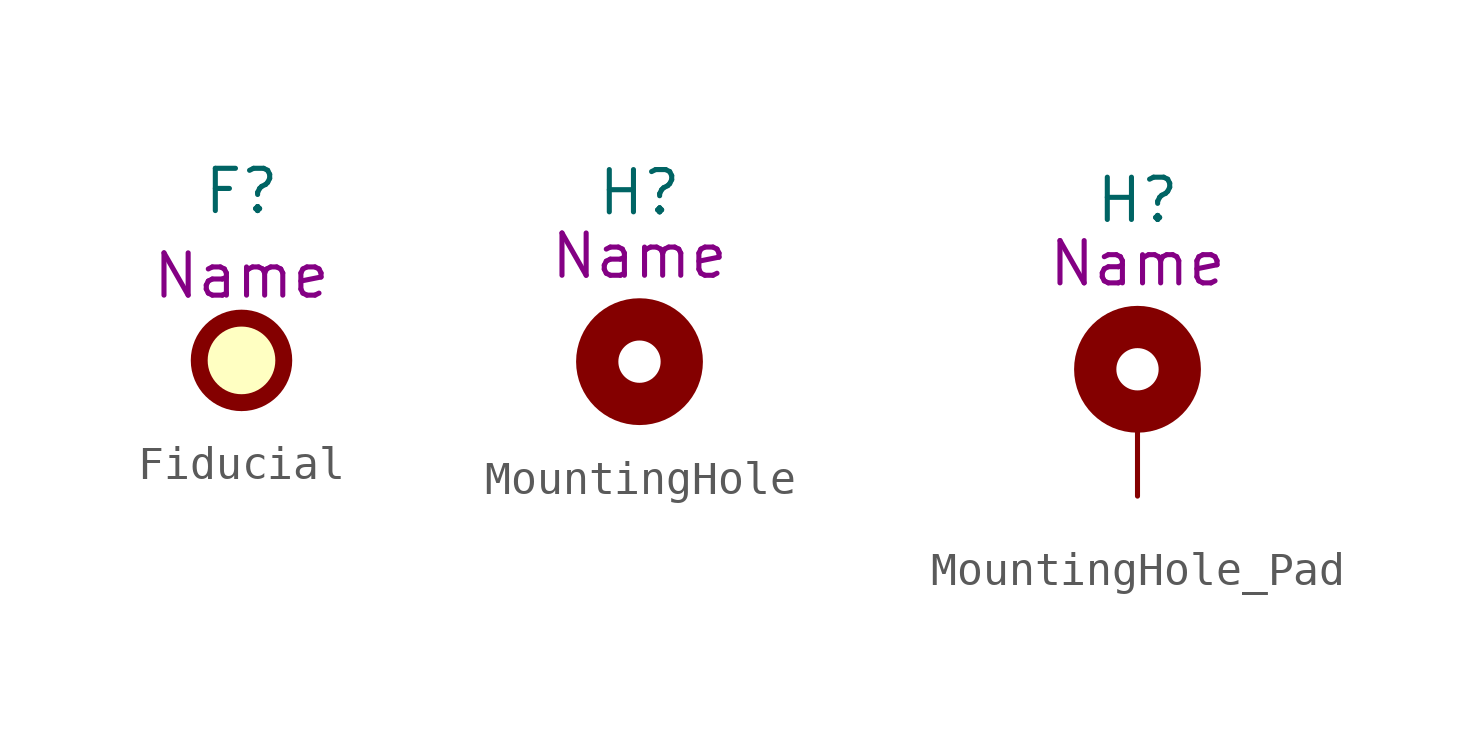
<source format=kicad_sym>
(kicad_symbol_lib
  (version 20211014)
  (generator kicad_symbol_editor)
  (symbol "Fiducial"
    (property "Reference" "F"
      (at 0 5.08 0)
      (effects (font (size 1.27 1.27))))
    (property "Name" "Name"
      (at 0 2.54 0)
      (effects (font (size 1.27 1.27))))
    (symbol "Fiducial_0_1"
      (circle (center 0 0) (radius 1.27) (stroke (width 0.508) (type default) (color 0 0 0 0)) (fill (type background)))))
  (symbol "MountingHole"
    (pin_names
      (offset 1.016))
    (property "Reference" "H"
      (at 0 5.08 0)
      (effects (font (size 1.27 1.27))))
    (property "Name" "Name"
      (at 0 3.175 0)
      (effects (font (size 1.27 1.27))))
    (symbol "MountingHole_0_1"
      (circle (center 0 0) (radius 1.27) (stroke (width 1.27) (type default) (color 0 0 0 0)) (fill (type none)))))
  (symbol "MountingHole_Pad"
    (pin_numbers hide)
    (pin_names
      (offset 1.016) hide)
    (property "Reference" "H"
      (at 0 5.08 0)
      (effects (font (size 1.27 1.27))))
    (property "Name" "Name"
      (at 0 3.175 0)
      (effects (font (size 1.27 1.27))))
    (symbol "MountingHole_Pad_0_1"
      (circle (center 0 0) (radius 1.27) (stroke (width 1.27) (type default) (color 0 0 0 0)) (fill (type none))))
    (symbol "MountingHole_Pad_1_1"
      (pin passive line (at 0 -3.81 90) (length 2.54) (name "1" (effects (font (size 1.27 1.27)))) (number "1" (effects (font (size 1.27 1.27))))))))
</source>
